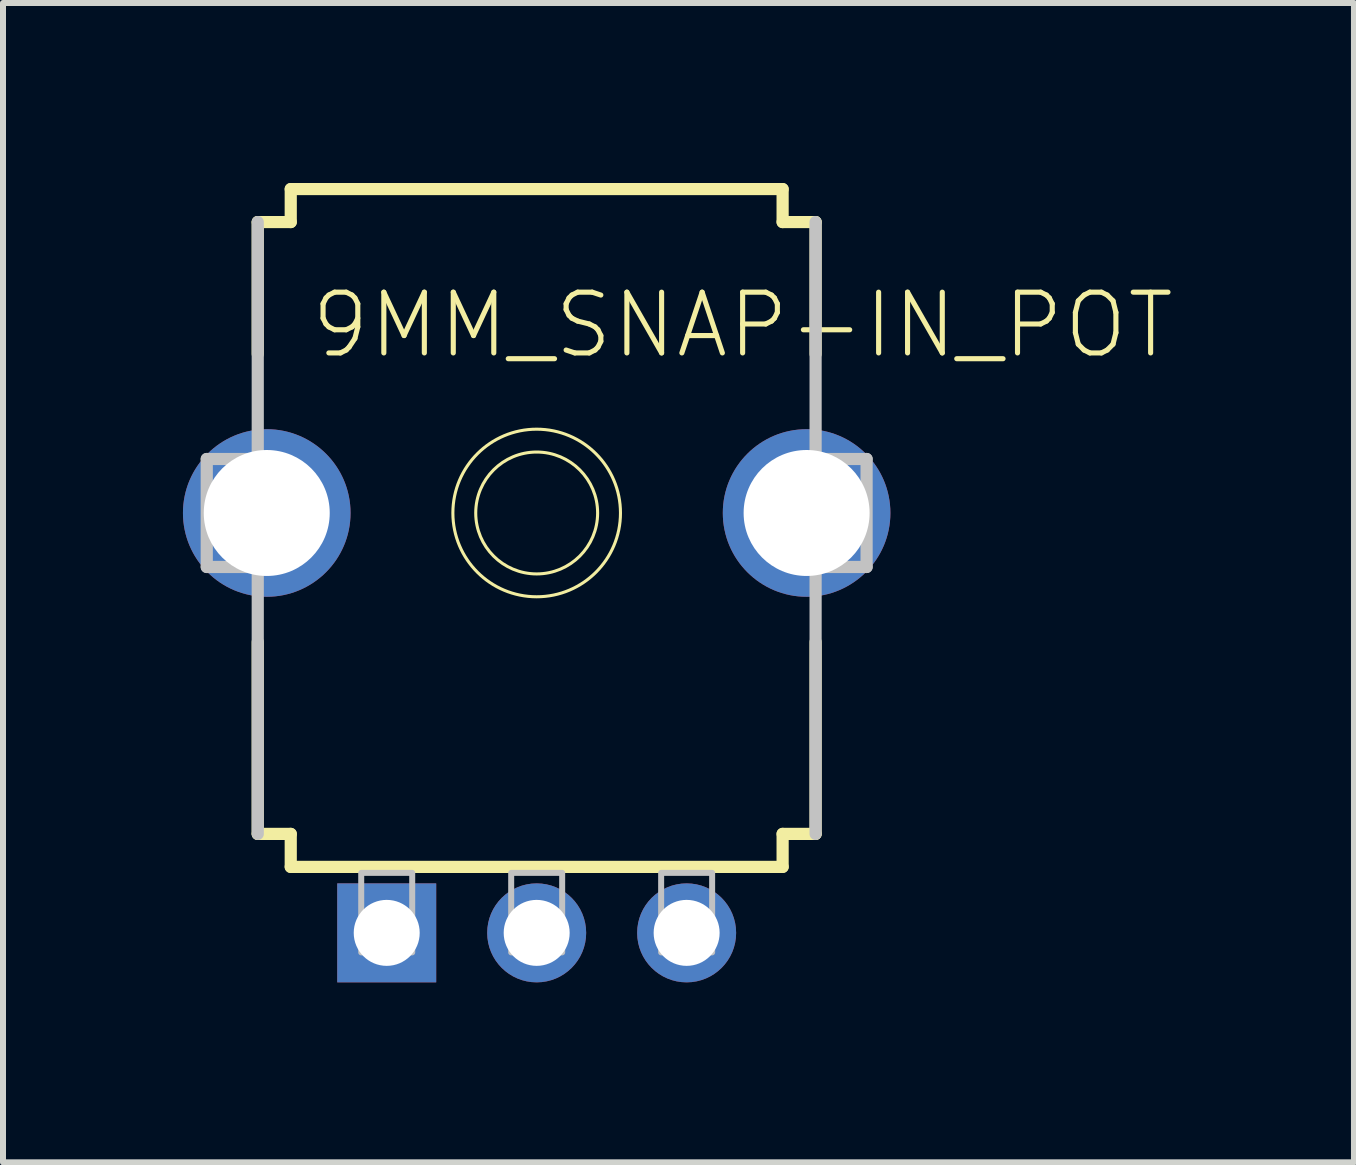
<source format=kicad_pcb>
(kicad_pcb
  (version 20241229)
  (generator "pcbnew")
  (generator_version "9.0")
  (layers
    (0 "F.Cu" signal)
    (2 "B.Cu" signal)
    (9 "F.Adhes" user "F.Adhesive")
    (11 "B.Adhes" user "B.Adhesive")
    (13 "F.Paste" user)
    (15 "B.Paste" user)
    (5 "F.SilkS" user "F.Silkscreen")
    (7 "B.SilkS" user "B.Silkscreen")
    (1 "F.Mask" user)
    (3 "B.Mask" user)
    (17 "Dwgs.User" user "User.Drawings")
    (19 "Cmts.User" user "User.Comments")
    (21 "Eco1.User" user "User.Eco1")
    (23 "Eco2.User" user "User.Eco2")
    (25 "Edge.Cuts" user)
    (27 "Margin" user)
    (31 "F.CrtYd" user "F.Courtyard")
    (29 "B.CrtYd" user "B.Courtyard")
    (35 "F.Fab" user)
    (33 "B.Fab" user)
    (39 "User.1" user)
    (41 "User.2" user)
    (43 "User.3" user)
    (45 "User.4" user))
  (footprint "9MM_SNAP-IN_POT"
    (layer "F.Cu")
    (at 5.897 5.502)
    (property "Reference" "9MM_SNAP-IN_POT" (at -3.81 -2.54 0) (layer "F.SilkS") (effects (font (size 1.013 1.013) (thickness 0.085)) (justify left bottom)))
    (attr through_hole)
    (fp_line (start -4.65 -2.65) (end -4.65 -4.85) (stroke (width 0.203) (type solid)) (layer "F.SilkS"))
    (fp_line (start -4.65 5.35) (end -4.65 2.15) (stroke (width 0.203) (type solid)) (layer "F.SilkS"))
    (fp_line (start -4.65 5.35) (end -4.1 5.35) (stroke (width 0.203) (type solid)) (layer "F.SilkS"))
    (fp_line (start -4.1 -5.4) (end -4.1 -4.85) (stroke (width 0.203) (type solid)) (layer "F.SilkS"))
    (fp_line (start -4.1 -5.4) (end 4.1 -5.4) (stroke (width 0.203) (type solid)) (layer "F.SilkS"))
    (fp_line (start -4.1 -4.85) (end -4.65 -4.85) (stroke (width 0.203) (type solid)) (layer "F.SilkS"))
    (fp_line (start -4.1 5.35) (end -4.1 5.9) (stroke (width 0.203) (type solid)) (layer "F.SilkS"))
    (fp_line (start 4.1 -4.85) (end 4.1 -5.4) (stroke (width 0.203) (type solid)) (layer "F.SilkS"))
    (fp_line (start 4.1 5.35) (end 4.65 5.35) (stroke (width 0.203) (type solid)) (layer "F.SilkS"))
    (fp_line (start 4.1 5.9) (end -4.1 5.9) (stroke (width 0.203) (type solid)) (layer "F.SilkS"))
    (fp_line (start 4.1 5.9) (end 4.1 5.35) (stroke (width 0.203) (type solid)) (layer "F.SilkS"))
    (fp_line (start 4.65 -4.85) (end 4.1 -4.85) (stroke (width 0.203) (type solid)) (layer "F.SilkS"))
    (fp_line (start 4.65 -4.85) (end 4.65 -2.65) (stroke (width 0.203) (type solid)) (layer "F.SilkS"))
    (fp_line (start 4.65 2.15) (end 4.65 5.35) (stroke (width 0.203) (type solid)) (layer "F.SilkS"))
    (fp_circle (center 0 0) (end 1.016 0) (stroke (width 0.051) (type solid)) (fill no) (layer "F.SilkS"))
    (fp_circle (center 0 0) (end 1.397 0) (stroke (width 0.051) (type solid)) (fill no) (layer "F.SilkS"))
    (fp_line (start -5.5 -0.9) (end -5.5 0.9) (stroke (width 0.203) (type solid)) (layer "Dwgs.User"))
    (fp_line (start -5.5 0.9) (end -4.75 0.9) (stroke (width 0.203) (type solid)) (layer "Dwgs.User"))
    (fp_line (start -4.75 -0.9) (end -5.5 -0.9) (stroke (width 0.203) (type solid)) (layer "Dwgs.User"))
    (fp_line (start -4.65 5.35) (end -4.65 -4.85) (stroke (width 0.203) (type solid)) (layer "Dwgs.User"))
    (fp_line (start 4.65 -4.85) (end 4.65 5.35) (stroke (width 0.203) (type solid)) (layer "Dwgs.User"))
    (fp_line (start 4.75 0.9) (end 5.5 0.9) (stroke (width 0.203) (type solid)) (layer "Dwgs.User"))
    (fp_line (start 5.5 -0.9) (end 4.75 -0.9) (stroke (width 0.203) (type solid)) (layer "Dwgs.User"))
    (fp_line (start 5.5 0.9) (end 5.5 -0.9) (stroke (width 0.203) (type solid)) (layer "Dwgs.User"))
    (fp_poly (pts (xy -2.925 7.325) (xy -2.075 7.325) (xy -2.075 6) (xy -2.925 6)) (stroke (width 0.1) (type solid)) (fill no) (layer "Dwgs.User"))
    (fp_poly (pts (xy -0.425 7.325) (xy 0.425 7.325) (xy 0.425 6) (xy -0.425 6)) (stroke (width 0.1) (type solid)) (fill no) (layer "Dwgs.User"))
    (fp_poly (pts (xy 2.075 7.325) (xy 2.925 7.325) (xy 2.925 6) (xy 2.075 6)) (stroke (width 0.1) (type solid)) (fill no) (layer "Dwgs.User"))
    (pad "1" thru_hole rect (at -2.5 7 270) (size 1.65 1.65) (drill 1.1) (layers "*.Cu" "*.Mask"))
    (pad "2" thru_hole circle (at 0 7 270) (size 1.65 1.65) (drill 1.1) (layers "*.Cu" "*.Mask"))
    (pad "3" thru_hole circle (at 2.5 7 270) (size 1.65 1.65) (drill 1.1) (layers "*.Cu" "*.Mask"))
    (pad "4" thru_hole circle (at -4.5 0 270) (size 2.794 2.794) (drill 2.1) (layers "*.Cu" "*.Mask"))
    (pad "4" thru_hole circle (at 4.5 0 270) (size 2.794 2.794) (drill 2.1) (layers "*.Cu" "*.Mask")))
  (gr_rect
    (start -3 -3)
    (end 19.522 16.327)
    (stroke (width 0.1) (type default))
    (fill no)
    (layer "Edge.Cuts")))
</source>
